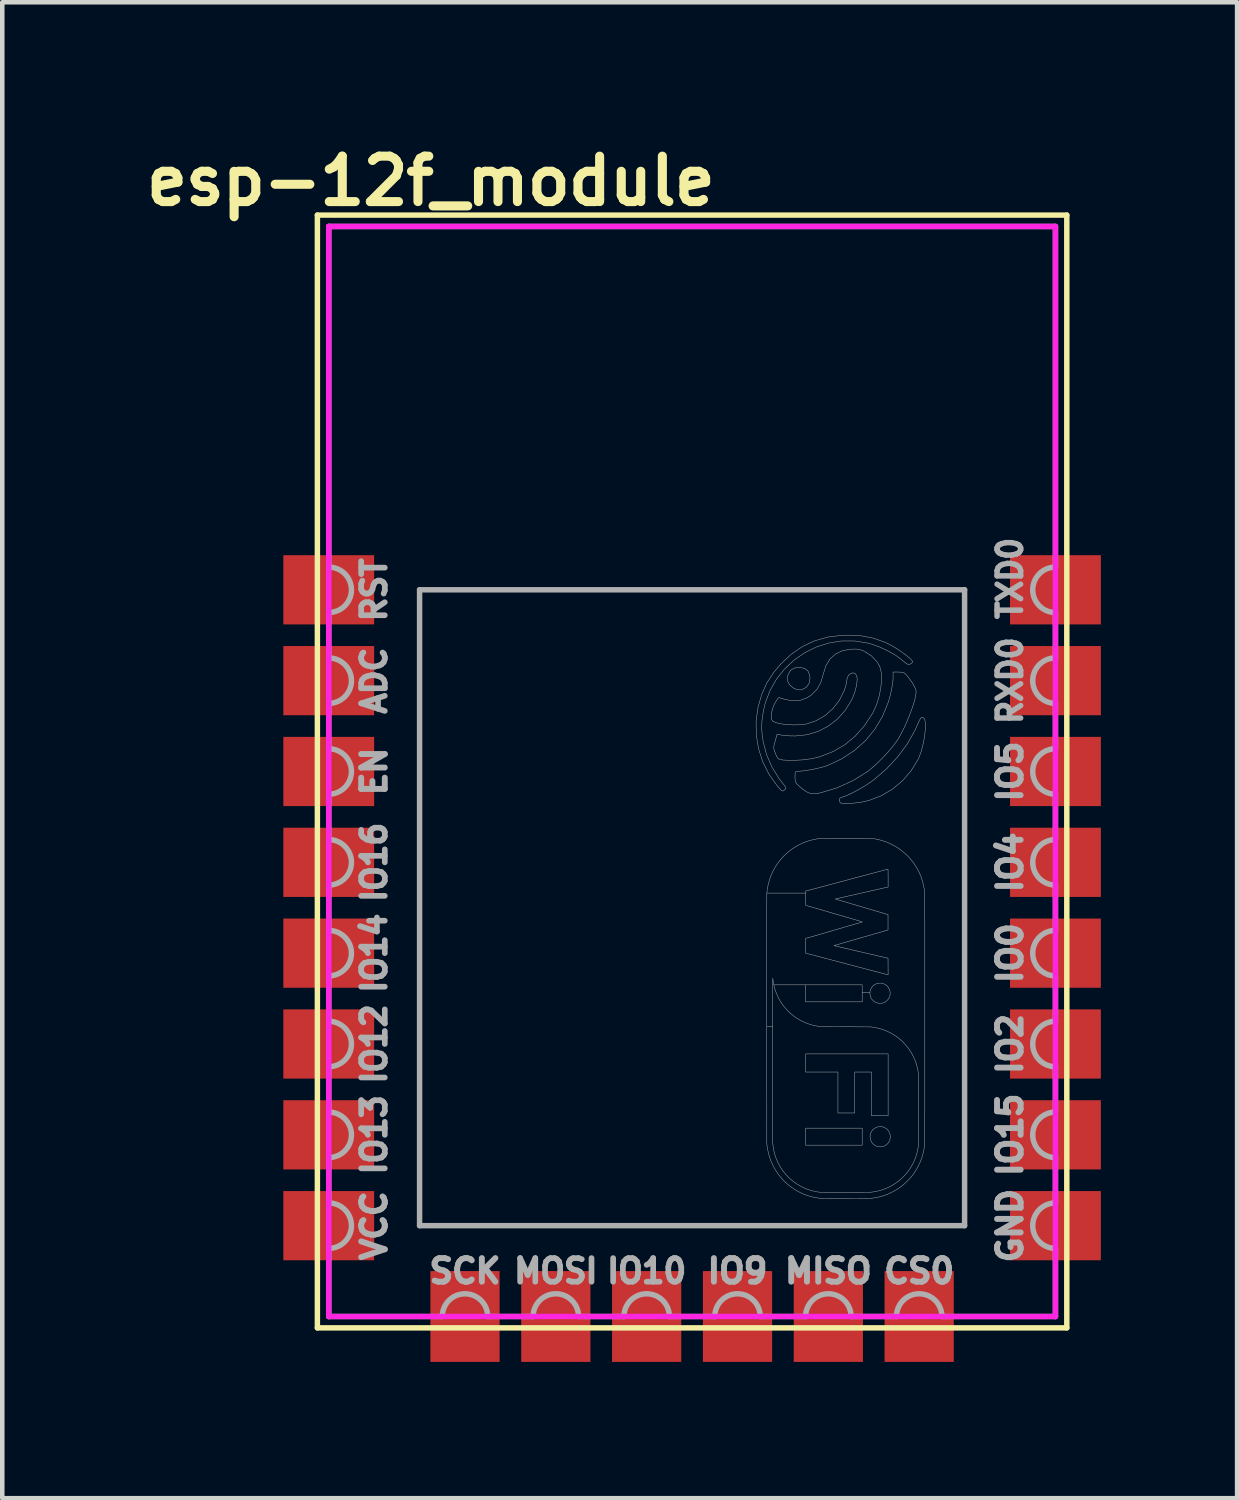
<source format=kicad_pcb>
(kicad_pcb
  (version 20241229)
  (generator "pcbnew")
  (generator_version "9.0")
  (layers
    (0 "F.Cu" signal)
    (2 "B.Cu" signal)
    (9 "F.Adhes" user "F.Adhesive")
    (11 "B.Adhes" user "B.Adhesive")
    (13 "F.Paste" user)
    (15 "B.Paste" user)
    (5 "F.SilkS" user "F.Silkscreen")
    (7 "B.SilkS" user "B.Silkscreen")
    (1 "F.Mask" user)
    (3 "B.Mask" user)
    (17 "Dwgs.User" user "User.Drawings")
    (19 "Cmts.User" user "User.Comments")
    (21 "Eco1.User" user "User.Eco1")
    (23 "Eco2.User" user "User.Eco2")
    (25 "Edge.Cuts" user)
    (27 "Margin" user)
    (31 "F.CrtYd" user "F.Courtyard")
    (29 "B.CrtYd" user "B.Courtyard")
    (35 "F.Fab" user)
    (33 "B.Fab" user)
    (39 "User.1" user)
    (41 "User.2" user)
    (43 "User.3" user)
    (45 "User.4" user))
  (footprint "esp-12f_module"
    (layer "F.Cu")
    (at 14.188 21.936)
    (property "Reference" "esp-12f_module" (at -7.75 -21 0) (layer "F.SilkS") (effects (font (size 1 1) (thickness 0.2))))
    (attr through_hole)
    (fp_line (start -10.25 -20.25) (end 6.25 -20.25) (stroke (width 0.12) (type solid)) (layer "F.SilkS"))
    (fp_line (start -10.25 4.25) (end -10.25 -20.25) (stroke (width 0.12) (type solid)) (layer "F.SilkS"))
    (fp_line (start 6.25 -20.25) (end 6.25 4.25) (stroke (width 0.12) (type solid)) (layer "F.SilkS"))
    (fp_line (start 6.25 4.25) (end -10.25 4.25) (stroke (width 0.12) (type solid)) (layer "F.SilkS"))
    (fp_line (start -10 -20) (end 6 -20) (stroke (width 0.12) (type solid)) (layer "F.CrtYd"))
    (fp_line (start -10 4) (end -10 -20) (stroke (width 0.12) (type solid)) (layer "F.CrtYd"))
    (fp_line (start 6 -20) (end 6 4) (stroke (width 0.12) (type solid)) (layer "F.CrtYd"))
    (fp_line (start 6 4) (end -10 4) (stroke (width 0.12) (type solid)) (layer "F.CrtYd"))
    (fp_line (start -10 -20) (end -10 -12.5) (stroke (width 0.12) (type solid)) (layer "F.Fab"))
    (fp_line (start -10 -11.5) (end -10 -10.5) (stroke (width 0.12) (type solid)) (layer "F.Fab"))
    (fp_line (start -10 -9.5) (end -10 -8.5) (stroke (width 0.12) (type solid)) (layer "F.Fab"))
    (fp_line (start -10 -7.5) (end -10 -6.5) (stroke (width 0.12) (type solid)) (layer "F.Fab"))
    (fp_line (start -10 -5.5) (end -10 -4.5) (stroke (width 0.12) (type solid)) (layer "F.Fab"))
    (fp_line (start -10 -3.5) (end -10 -2.5) (stroke (width 0.12) (type solid)) (layer "F.Fab"))
    (fp_line (start -10 -1.5) (end -10 -0.5) (stroke (width 0.12) (type solid)) (layer "F.Fab"))
    (fp_line (start -10 0.5) (end -10 1.5) (stroke (width 0.12) (type solid)) (layer "F.Fab"))
    (fp_line (start -10 2.5) (end -10 4) (stroke (width 0.12) (type solid)) (layer "F.Fab"))
    (fp_line (start -10 4) (end -7.5 4) (stroke (width 0.12) (type solid)) (layer "F.Fab"))
    (fp_line (start -8 -12) (end -8 2) (stroke (width 0.12) (type solid)) (layer "F.Fab"))
    (fp_line (start -8 2) (end 4 2) (stroke (width 0.12) (type solid)) (layer "F.Fab"))
    (fp_line (start -6.5 4) (end -5.5 4) (stroke (width 0.12) (type solid)) (layer "F.Fab"))
    (fp_line (start -4.5 4) (end -3.5 4) (stroke (width 0.12) (type solid)) (layer "F.Fab"))
    (fp_line (start -2.5 4) (end -1.5 4) (stroke (width 0.12) (type solid)) (layer "F.Fab"))
    (fp_line (start -0.5 4) (end 0.5 4) (stroke (width 0.12) (type solid)) (layer "F.Fab"))
    (fp_line (start 1.5 4) (end 2.5 4) (stroke (width 0.12) (type solid)) (layer "F.Fab"))
    (fp_line (start 3.5 4) (end 6 4) (stroke (width 0.12) (type solid)) (layer "F.Fab"))
    (fp_line (start 4 -12) (end -8 -12) (stroke (width 0.12) (type solid)) (layer "F.Fab"))
    (fp_line (start 4 2) (end 4 -12) (stroke (width 0.12) (type solid)) (layer "F.Fab"))
    (fp_line (start 6 -20) (end -10 -20) (stroke (width 0.12) (type solid)) (layer "F.Fab"))
    (fp_line (start 6 -12.5) (end 6 -20) (stroke (width 0.12) (type solid)) (layer "F.Fab"))
    (fp_line (start 6 -10.5) (end 6 -11.5) (stroke (width 0.12) (type solid)) (layer "F.Fab"))
    (fp_line (start 6 -8.5) (end 6 -9.5) (stroke (width 0.12) (type solid)) (layer "F.Fab"))
    (fp_line (start 6 -6.5) (end 6 -7.5) (stroke (width 0.12) (type solid)) (layer "F.Fab"))
    (fp_line (start 6 -4.5) (end 6 -5.5) (stroke (width 0.12) (type solid)) (layer "F.Fab"))
    (fp_line (start 6 -2.5) (end 6 -3.5) (stroke (width 0.12) (type solid)) (layer "F.Fab"))
    (fp_line (start 6 -0.5) (end 6 -1.5) (stroke (width 0.12) (type solid)) (layer "F.Fab"))
    (fp_line (start 6 1.5) (end 6 0.5) (stroke (width 0.12) (type solid)) (layer "F.Fab"))
    (fp_line (start 6 4) (end 6 2.5) (stroke (width 0.12) (type solid)) (layer "F.Fab"))
    (fp_arc (start -10 -12.5) (mid -9.5 -12) (end -10 -11.5) (stroke (width 0.12) (type solid)) (layer "F.Fab"))
    (fp_arc (start -10 -10.5) (mid -9.5 -10) (end -10 -9.5) (stroke (width 0.12) (type solid)) (layer "F.Fab"))
    (fp_arc (start -10 -8.5) (mid -9.5 -8) (end -10 -7.5) (stroke (width 0.12) (type solid)) (layer "F.Fab"))
    (fp_arc (start -10 -6.5) (mid -9.5 -6) (end -10 -5.5) (stroke (width 0.12) (type solid)) (layer "F.Fab"))
    (fp_arc (start -10 -4.5) (mid -9.5 -4) (end -10 -3.5) (stroke (width 0.12) (type solid)) (layer "F.Fab"))
    (fp_arc (start -10 -2.5) (mid -9.5 -2) (end -10 -1.5) (stroke (width 0.12) (type solid)) (layer "F.Fab"))
    (fp_arc (start -10 -0.5) (mid -9.5 0) (end -10 0.5) (stroke (width 0.12) (type solid)) (layer "F.Fab"))
    (fp_arc (start -10 1.5) (mid -9.5 2) (end -10 2.5) (stroke (width 0.12) (type solid)) (layer "F.Fab"))
    (fp_arc (start -7.5 4) (mid -7 3.5) (end -6.5 4) (stroke (width 0.12) (type solid)) (layer "F.Fab"))
    (fp_arc (start -5.5 4) (mid -5 3.5) (end -4.5 4) (stroke (width 0.12) (type solid)) (layer "F.Fab"))
    (fp_arc (start -3.5 4) (mid -3 3.5) (end -2.5 4) (stroke (width 0.12) (type solid)) (layer "F.Fab"))
    (fp_arc (start -1.5 4) (mid -1 3.5) (end -0.5 4) (stroke (width 0.12) (type solid)) (layer "F.Fab"))
    (fp_arc (start 0.5 4) (mid 1 3.5) (end 1.5 4) (stroke (width 0.12) (type solid)) (layer "F.Fab"))
    (fp_arc (start 2.5 4) (mid 3 3.5) (end 3.5 4) (stroke (width 0.12) (type solid)) (layer "F.Fab"))
    (fp_arc (start 6 -11.5) (mid 5.5 -12) (end 6 -12.5) (stroke (width 0.12) (type solid)) (layer "F.Fab"))
    (fp_arc (start 6 -9.5) (mid 5.5 -10) (end 6 -10.5) (stroke (width 0.12) (type solid)) (layer "F.Fab"))
    (fp_arc (start 6 -7.5) (mid 5.5 -8) (end 6 -8.5) (stroke (width 0.12) (type solid)) (layer "F.Fab"))
    (fp_arc (start 6 -5.5) (mid 5.5 -6) (end 6 -6.5) (stroke (width 0.12) (type solid)) (layer "F.Fab"))
    (fp_arc (start 6 -3.5) (mid 5.5 -4) (end 6 -4.5) (stroke (width 0.12) (type solid)) (layer "F.Fab"))
    (fp_arc (start 6 -1.5) (mid 5.5 -2) (end 6 -2.5) (stroke (width 0.12) (type solid)) (layer "F.Fab"))
    (fp_arc (start 6 0.5) (mid 5.5 0) (end 6 -0.5) (stroke (width 0.12) (type solid)) (layer "F.Fab"))
    (fp_arc (start 6 2.5) (mid 5.5 2) (end 6 1.5) (stroke (width 0.12) (type solid)) (layer "F.Fab"))
    (fp_poly (pts (xy 0.5 0.228) (xy 0.5 -0.147) (xy 1.745 -0.147) (xy 1.745 0.228) (xy 0.5 0.228)) (stroke (width 0.01) (type solid)) (fill no) (layer "F.Fab"))
    (fp_poly (pts (xy 1.948 -0.42) (xy 1.948 -1.382) (xy 1.579 -1.382) (xy 1.579 -0.481) (xy 1.211 -0.481) (xy 1.211 -1.382) (xy 0.5 -1.382) (xy 0.5 -1.782) (xy 2.316 -1.782) (xy 2.316 -0.42) (xy 1.948 -0.42)) (stroke (width 0.01) (type solid)) (fill no) (layer "F.Fab"))
    (fp_poly (pts (xy 0.575 -9.936) (xy 0.512 -9.851) (xy 0.413 -9.8) (xy 0.404 -9.797) (xy 0.32 -9.799) (xy 0.231 -9.837) (xy 0.156 -9.9) (xy 0.132 -9.933) (xy 0.099 -10.001) (xy 0.093 -10.059) (xy 0.115 -10.131) (xy 0.125 -10.155) (xy 0.176 -10.234) (xy 0.25 -10.277) (xy 0.359 -10.291) (xy 0.367 -10.291) (xy 0.476 -10.271) (xy 0.55 -10.214) (xy 0.59 -10.12) (xy 0.596 -10.049) (xy 0.575 -9.936)) (stroke (width 0.01) (type solid)) (fill no) (layer "F.Fab"))
    (fp_poly (pts (xy 3.127 -8.839) (xy 3.106 -8.7) (xy 3.076 -8.558) (xy 3.038 -8.423) (xy 2.993 -8.303) (xy 2.972 -8.259) (xy 2.818 -8.01) (xy 2.629 -7.792) (xy 2.408 -7.609) (xy 2.163 -7.465) (xy 1.898 -7.364) (xy 1.752 -7.329) (xy 1.64 -7.312) (xy 1.526 -7.301) (xy 1.419 -7.296) (xy 1.332 -7.297) (xy 1.274 -7.305) (xy 1.257 -7.317) (xy 1.248 -7.36) (xy 1.243 -7.377) (xy 1.251 -7.412) (xy 1.295 -7.431) (xy 1.393 -7.465) (xy 1.519 -7.523) (xy 1.66 -7.598) (xy 1.802 -7.681) (xy 1.934 -7.768) (xy 1.992 -7.811) (xy 2.276 -8.053) (xy 2.527 -8.322) (xy 2.741 -8.611) (xy 2.911 -8.912) (xy 2.961 -9.025) (xy 3.001 -9.116) (xy 3.029 -9.168) (xy 3.053 -9.189) (xy 3.08 -9.189) (xy 3.094 -9.184) (xy 3.122 -9.148) (xy 3.136 -9.072) (xy 3.137 -8.966) (xy 3.127 -8.839)) (stroke (width 0.01) (type solid)) (fill no) (layer "F.Fab"))
    (fp_poly (pts (xy 2.362 0.076) (xy 2.354 0.11) (xy 2.341 0.142) (xy 2.34 0.145) (xy 2.32 0.176) (xy 2.296 0.203) (xy 2.269 0.225) (xy 2.238 0.243) (xy 2.206 0.256) (xy 2.172 0.263) (xy 2.137 0.265) (xy 2.101 0.261) (xy 2.066 0.251) (xy 2.048 0.244) (xy 2.015 0.225) (xy 1.986 0.202) (xy 1.963 0.175) (xy 1.944 0.144) (xy 1.93 0.111) (xy 1.922 0.075) (xy 1.919 0.04) (xy 1.921 0.013) (xy 1.925 -0.011) (xy 1.926 -0.014) (xy 1.938 -0.049) (xy 1.956 -0.082) (xy 1.979 -0.111) (xy 2.006 -0.135) (xy 2.038 -0.155) (xy 2.045 -0.158) (xy 2.079 -0.172) (xy 2.115 -0.179) (xy 2.15 -0.181) (xy 2.185 -0.177) (xy 2.219 -0.168) (xy 2.25 -0.153) (xy 2.28 -0.134) (xy 2.306 -0.109) (xy 2.328 -0.08) (xy 2.34 -0.061) (xy 2.353 -0.029) (xy 2.361 0.005) (xy 2.364 0.04) (xy 2.362 0.076)) (stroke (width 0.01) (type solid)) (fill no) (layer "F.Fab"))
    (fp_poly (pts (xy 2.922 -9.658) (xy 2.889 -9.529) (xy 2.839 -9.376) (xy 2.777 -9.21) (xy 2.706 -9.043) (xy 2.63 -8.884) (xy 2.554 -8.743) (xy 2.518 -8.686) (xy 2.426 -8.56) (xy 2.307 -8.419) (xy 2.172 -8.276) (xy 2.034 -8.142) (xy 1.906 -8.032) (xy 1.854 -7.992) (xy 1.534 -7.795) (xy 1.197 -7.642) (xy 0.848 -7.536) (xy 0.792 -7.523) (xy 0.69 -7.509) (xy 0.605 -7.516) (xy 0.522 -7.551) (xy 0.428 -7.617) (xy 0.374 -7.662) (xy 0.312 -7.72) (xy 0.279 -7.767) (xy 0.268 -7.825) (xy 0.266 -7.88) (xy 0.268 -7.954) (xy 0.278 -7.991) (xy 0.307 -8.004) (xy 0.349 -8.005) (xy 0.452 -8.013) (xy 0.584 -8.033) (xy 0.727 -8.061) (xy 0.863 -8.094) (xy 0.972 -8.129) (xy 0.98 -8.131) (xy 1.292 -8.277) (xy 1.572 -8.461) (xy 1.817 -8.679) (xy 2.024 -8.931) (xy 2.192 -9.213) (xy 2.319 -9.524) (xy 2.36 -9.665) (xy 2.389 -9.789) (xy 2.411 -9.912) (xy 2.424 -10.015) (xy 2.425 -10.052) (xy 2.425 -10.189) (xy 2.548 -10.189) (xy 2.627 -10.185) (xy 2.679 -10.165) (xy 2.727 -10.117) (xy 2.746 -10.094) (xy 2.841 -9.964) (xy 2.904 -9.854) (xy 2.932 -9.771) (xy 2.933 -9.754) (xy 2.922 -9.658)) (stroke (width 0.01) (type solid)) (fill no) (layer "F.Fab"))
    (fp_poly (pts (xy 2.837 -10.388) (xy 2.806 -10.367) (xy 2.772 -10.356) (xy 2.735 -10.367) (xy 2.682 -10.403) (xy 2.621 -10.455) (xy 2.488 -10.554) (xy 2.321 -10.65) (xy 2.136 -10.737) (xy 1.952 -10.804) (xy 1.869 -10.827) (xy 1.577 -10.874) (xy 1.287 -10.873) (xy 1.005 -10.827) (xy 0.734 -10.74) (xy 0.479 -10.614) (xy 0.245 -10.452) (xy 0.037 -10.258) (xy -0.141 -10.034) (xy -0.284 -9.784) (xy -0.388 -9.51) (xy -0.433 -9.318) (xy -0.46 -9.132) (xy -0.468 -8.969) (xy -0.457 -8.806) (xy -0.434 -8.653) (xy -0.359 -8.368) (xy -0.238 -8.091) (xy -0.076 -7.831) (xy -0.004 -7.738) (xy 0.045 -7.678) (xy 0.063 -7.641) (xy 0.056 -7.615) (xy 0.035 -7.593) (xy 0.009 -7.573) (xy -0.016 -7.573) (xy -0.05 -7.599) (xy -0.102 -7.657) (xy -0.124 -7.682) (xy -0.303 -7.931) (xy -0.441 -8.205) (xy -0.536 -8.497) (xy -0.587 -8.801) (xy -0.591 -9.11) (xy -0.548 -9.415) (xy -0.467 -9.697) (xy -0.354 -9.949) (xy -0.201 -10.183) (xy -0.049 -10.364) (xy 0.183 -10.582) (xy 0.433 -10.753) (xy 0.703 -10.879) (xy 0.996 -10.961) (xy 1.314 -10.999) (xy 1.448 -11.002) (xy 1.73 -10.986) (xy 1.988 -10.936) (xy 2.238 -10.848) (xy 2.298 -10.821) (xy 2.396 -10.77) (xy 2.503 -10.706) (xy 2.61 -10.635) (xy 2.708 -10.563) (xy 2.787 -10.498) (xy 2.84 -10.445) (xy 2.857 -10.414) (xy 2.837 -10.388)) (stroke (width 0.01) (type solid)) (fill no) (layer "F.Fab"))
    (fp_poly (pts (xy 2.156 -9.849) (xy 2.12 -9.664) (xy 2.066 -9.483) (xy 1.995 -9.319) (xy 1.971 -9.275) (xy 1.79 -9.002) (xy 1.588 -8.775) (xy 1.361 -8.588) (xy 1.106 -8.44) (xy 0.817 -8.326) (xy 0.811 -8.324) (xy 0.636 -8.282) (xy 0.432 -8.255) (xy 0.22 -8.244) (xy 0.02 -8.251) (xy 0.008 -8.252) (xy -0.061 -8.261) (xy -0.103 -8.281) (xy -0.133 -8.324) (xy -0.163 -8.391) (xy -0.191 -8.463) (xy -0.202 -8.517) (xy -0.197 -8.572) (xy -0.176 -8.652) (xy -0.171 -8.669) (xy -0.127 -8.82) (xy -0.026 -8.8) (xy 0.05 -8.79) (xy 0.155 -8.784) (xy 0.268 -8.782) (xy 0.279 -8.782) (xy 0.534 -8.809) (xy 0.776 -8.883) (xy 1 -9) (xy 1.201 -9.156) (xy 1.372 -9.346) (xy 1.509 -9.568) (xy 1.547 -9.652) (xy 1.595 -9.787) (xy 1.625 -9.919) (xy 1.635 -10.034) (xy 1.628 -10.097) (xy 1.596 -10.153) (xy 1.547 -10.172) (xy 1.492 -10.159) (xy 1.444 -10.118) (xy 1.414 -10.054) (xy 1.409 -10.015) (xy 1.4 -9.952) (xy 1.377 -9.864) (xy 1.35 -9.784) (xy 1.244 -9.57) (xy 1.1 -9.383) (xy 0.925 -9.229) (xy 0.724 -9.114) (xy 0.517 -9.046) (xy 0.396 -9.03) (xy 0.249 -9.025) (xy 0.095 -9.032) (xy -0.047 -9.049) (xy -0.153 -9.075) (xy -0.217 -9.104) (xy -0.251 -9.146) (xy -0.26 -9.21) (xy -0.246 -9.307) (xy -0.237 -9.349) (xy -0.208 -9.439) (xy -0.167 -9.523) (xy -0.157 -9.539) (xy -0.121 -9.592) (xy -0.1 -9.623) (xy -0.098 -9.626) (xy -0.074 -9.623) (xy -0.017 -9.607) (xy 0.023 -9.594) (xy 0.205 -9.555) (xy 0.377 -9.565) (xy 0.535 -9.624) (xy 0.625 -9.683) (xy 0.748 -9.807) (xy 0.834 -9.957) (xy 0.887 -10.138) (xy 0.944 -10.324) (xy 1.035 -10.475) (xy 1.16 -10.588) (xy 1.315 -10.661) (xy 1.498 -10.693) (xy 1.5 -10.693) (xy 1.607 -10.695) (xy 1.685 -10.686) (xy 1.757 -10.662) (xy 1.805 -10.639) (xy 1.951 -10.543) (xy 2.065 -10.424) (xy 2.132 -10.311) (xy 2.164 -10.184) (xy 2.171 -10.026) (xy 2.156 -9.849)) (stroke (width 0.01) (type solid)) (fill no) (layer "F.Fab"))
    (fp_poly (pts (xy 3.124 -2.404) (xy 3.124 -2.247) (xy 3.124 -2.096) (xy 3.124 -1.952) (xy 3.124 -1.813) (xy 3.124 -1.68) (xy 3.124 -1.553) (xy 3.124 -1.431) (xy 3.124 -1.315) (xy 3.124 -1.204) (xy 3.124 -1.099) (xy 3.124 -0.998) (xy 3.124 -0.902) (xy 3.124 -0.812) (xy 3.124 -0.726) (xy 3.124 -0.644) (xy 3.124 -0.568) (xy 3.123 -0.495) (xy 3.123 -0.427) (xy 3.123 -0.363) (xy 3.123 -0.303) (xy 3.123 -0.247) (xy 3.123 -0.195) (xy 3.123 -0.147) (xy 3.123 -0.102) (xy 3.123 -0.061) (xy 3.122 -0.023) (xy 3.122 0.011) (xy 3.122 0.043) (xy 3.122 0.071) (xy 3.122 0.096) (xy 3.122 0.119) (xy 3.122 0.139) (xy 3.121 0.156) (xy 3.121 0.171) (xy 3.121 0.183) (xy 3.121 0.194) (xy 3.12 0.202) (xy 3.12 0.208) (xy 3.12 0.212) (xy 3.12 0.213) (xy 3.108 0.303) (xy 3.091 0.389) (xy 3.068 0.474) (xy 3.04 0.556) (xy 3.005 0.637) (xy 2.992 0.664) (xy 2.958 0.73) (xy 2.922 0.791) (xy 2.884 0.849) (xy 2.842 0.904) (xy 2.796 0.958) (xy 2.745 1.012) (xy 2.74 1.017) (xy 2.681 1.073) (xy 2.621 1.124) (xy 2.559 1.17) (xy 2.495 1.211) (xy 2.427 1.249) (xy 2.402 1.262) (xy 2.376 1.275) (xy 2.354 1.286) (xy 2.335 1.295) (xy 2.316 1.303) (xy 2.297 1.311) (xy 2.276 1.319) (xy 2.27 1.321) (xy 2.209 1.342) (xy 2.148 1.36) (xy 2.084 1.375) (xy 2.017 1.387) (xy 1.946 1.397) (xy 1.924 1.399) (xy 1.916 1.4) (xy 1.902 1.401) (xy 1.882 1.401) (xy 1.857 1.402) (xy 1.828 1.402) (xy 1.795 1.402) (xy 1.757 1.403) (xy 1.717 1.403) (xy 1.673 1.404) (xy 1.628 1.404) (xy 1.58 1.404) (xy 1.531 1.404) (xy 1.48 1.405) (xy 1.429 1.405) (xy 1.377 1.405) (xy 1.326 1.405) (xy 1.275 1.405) (xy 1.226 1.405) (xy 1.178 1.405) (xy 1.131 1.405) (xy 1.087 1.405) (xy 1.046 1.405) (xy 1.008 1.405) (xy 0.974 1.404) (xy 0.944 1.404) (xy 0.918 1.404) (xy 0.898 1.403) (xy 0.883 1.403) (xy 0.875 1.402) (xy 0.784 1.393) (xy 0.695 1.379) (xy 0.61 1.358) (xy 0.526 1.332) (xy 0.443 1.3) (xy 0.381 1.271) (xy 0.302 1.229) (xy 0.226 1.182) (xy 0.153 1.129) (xy 0.084 1.072) (xy 0.02 1.011) (xy -0.04 0.946) (xy -0.088 0.886) (xy -0.14 0.812) (xy -0.187 0.736) (xy -0.228 0.658) (xy -0.264 0.577) (xy -0.293 0.494) (xy -0.318 0.407) (xy -0.337 0.318) (xy -0.349 0.247) (xy -0.355 0.197) (xy -0.356 -2.547) (xy -0.356 -2.679) (xy -0.356 -2.81) (xy -0.356 -2.938) (xy -0.356 -3.065) (xy -0.356 -3.19) (xy -0.356 -3.313) (xy -0.356 -3.434) (xy -0.356 -3.552) (xy -0.356 -3.667) (xy -0.356 -3.78) (xy -0.356 -3.891) (xy -0.356 -3.998) (xy -0.356 -4.102) (xy -0.356 -4.202) (xy -0.356 -4.3) (xy -0.356 -4.393) (xy -0.356 -4.483) (xy -0.356 -4.569) (xy -0.356 -4.652) (xy -0.356 -4.73) (xy -0.356 -4.803) (xy -0.356 -4.873) (xy -0.356 -4.937) (xy -0.356 -4.997) (xy -0.356 -5.052) (xy -0.356 -5.102) (xy -0.356 -5.147) (xy -0.355 -5.187) (xy -0.355 -5.221) (xy -0.355 -5.25) (xy -0.355 -5.272) (xy -0.355 -5.289) (xy -0.355 -5.3) (xy -0.355 -5.305) (xy -0.355 -5.305) (xy -0.354 -5.32) (xy -0.352 -5.339) (xy -0.35 -5.359) (xy -0.347 -5.379) (xy -0.345 -5.398) (xy -0.343 -5.414) (xy -0.342 -5.426) (xy -0.341 -5.429) (xy -0.322 -5.52) (xy -0.298 -5.609) (xy -0.268 -5.695) (xy -0.232 -5.778) (xy -0.223 -5.796) (xy -0.223 -3.448) (xy -0.223 -3.447) (xy -0.223 -3.445) (xy -0.223 -3.44) (xy -0.224 -3.434) (xy -0.224 -3.425) (xy -0.224 -3.414) (xy -0.224 -3.401) (xy -0.225 -3.384) (xy -0.225 -3.365) (xy -0.225 -3.343) (xy -0.225 -3.318) (xy -0.225 -3.29) (xy -0.225 -3.259) (xy -0.226 -3.224) (xy -0.226 -3.185) (xy -0.226 -3.142) (xy -0.226 -3.096) (xy -0.226 -3.045) (xy -0.226 -2.991) (xy -0.226 -2.932) (xy -0.226 -2.868) (xy -0.226 -2.8) (xy -0.226 -2.727) (xy -0.226 -2.649) (xy -0.226 -2.566) (xy -0.226 -2.478) (xy -0.227 -2.385) (xy -0.227 -2.286) (xy -0.227 -2.181) (xy -0.227 -2.071) (xy -0.227 -1.955) (xy -0.227 -1.833) (xy -0.227 -1.704) (xy -0.227 -1.679) (xy -0.227 -1.539) (xy -0.227 -1.405) (xy -0.227 -1.275) (xy -0.227 -1.151) (xy -0.227 -1.031) (xy -0.227 -0.917) (xy -0.227 -0.808) (xy -0.227 -0.705) (xy -0.226 -0.607) (xy -0.226 -0.515) (xy -0.226 -0.428) (xy -0.226 -0.346) (xy -0.226 -0.27) (xy -0.226 -0.2) (xy -0.226 -0.136) (xy -0.226 -0.078) (xy -0.225 -0.025) (xy -0.225 0.022) (xy -0.225 0.062) (xy -0.225 0.097) (xy -0.225 0.126) (xy -0.224 0.148) (xy -0.224 0.164) (xy -0.224 0.174) (xy -0.224 0.177) (xy -0.215 0.263) (xy -0.2 0.348) (xy -0.179 0.431) (xy -0.152 0.512) (xy -0.119 0.591) (xy -0.081 0.667) (xy -0.037 0.74) (xy 0.012 0.81) (xy 0.058 0.866) (xy 0.116 0.928) (xy 0.178 0.986) (xy 0.243 1.038) (xy 0.313 1.086) (xy 0.386 1.129) (xy 0.461 1.167) (xy 0.539 1.199) (xy 0.619 1.225) (xy 0.701 1.245) (xy 0.716 1.248) (xy 0.728 1.251) (xy 0.739 1.253) (xy 0.749 1.255) (xy 0.759 1.257) (xy 0.769 1.258) (xy 0.779 1.26) (xy 0.79 1.261) (xy 0.801 1.262) (xy 0.813 1.263) (xy 0.827 1.264) (xy 0.843 1.265) (xy 0.861 1.265) (xy 0.882 1.266) (xy 0.905 1.266) (xy 0.931 1.267) (xy 0.961 1.267) (xy 0.994 1.267) (xy 1.032 1.267) (xy 1.073 1.267) (xy 1.12 1.267) (xy 1.171 1.267) (xy 1.228 1.267) (xy 1.291 1.267) (xy 1.359 1.267) (xy 1.44 1.267) (xy 1.503 1.267) (xy 1.561 1.267) (xy 1.614 1.267) (xy 1.661 1.267) (xy 1.704 1.267) (xy 1.742 1.267) (xy 1.777 1.267) (xy 1.807 1.266) (xy 1.834 1.266) (xy 1.858 1.266) (xy 1.879 1.265) (xy 1.898 1.265) (xy 1.914 1.264) (xy 1.929 1.263) (xy 1.942 1.262) (xy 1.954 1.261) (xy 1.965 1.26) (xy 1.975 1.259) (xy 1.986 1.257) (xy 1.996 1.256) (xy 2.007 1.254) (xy 2.018 1.252) (xy 2.023 1.251) (xy 2.105 1.234) (xy 2.185 1.211) (xy 2.263 1.183) (xy 2.339 1.149) (xy 2.412 1.109) (xy 2.482 1.065) (xy 2.549 1.016) (xy 2.612 0.962) (xy 2.671 0.903) (xy 2.726 0.841) (xy 2.777 0.774) (xy 2.823 0.704) (xy 2.864 0.631) (xy 2.866 0.626) (xy 2.901 0.55) (xy 2.93 0.473) (xy 2.953 0.394) (xy 2.971 0.314) (xy 2.983 0.23) (xy 2.986 0.196) (xy 2.986 0.188) (xy 2.987 0.177) (xy 2.987 0.162) (xy 2.988 0.142) (xy 2.988 0.118) (xy 2.988 0.089) (xy 2.988 0.055) (xy 2.988 0.017) (xy 2.989 -0.027) (xy 2.989 -0.075) (xy 2.989 -0.129) (xy 2.989 -0.189) (xy 2.989 -0.254) (xy 2.989 -0.324) (xy 2.989 -0.401) (xy 2.989 -0.484) (xy 2.988 -0.573) (xy 2.988 -0.582) (xy 2.987 -1.317) (xy 2.98 -1.366) (xy 2.965 -1.453) (xy 2.944 -1.536) (xy 2.918 -1.617) (xy 2.886 -1.695) (xy 2.848 -1.77) (xy 2.825 -1.811) (xy 2.778 -1.883) (xy 2.727 -1.95) (xy 2.671 -2.014) (xy 2.611 -2.074) (xy 2.546 -2.129) (xy 2.478 -2.179) (xy 2.406 -2.224) (xy 2.332 -2.263) (xy 2.254 -2.298) (xy 2.202 -2.317) (xy 2.149 -2.334) (xy 2.096 -2.348) (xy 2.04 -2.36) (xy 1.98 -2.371) (xy 1.973 -2.372) (xy 1.968 -2.372) (xy 1.962 -2.373) (xy 1.955 -2.374) (xy 1.947 -2.374) (xy 1.938 -2.375) (xy 1.927 -2.375) (xy 1.913 -2.376) (xy 1.897 -2.376) (xy 1.879 -2.376) (xy 1.857 -2.377) (xy 1.832 -2.377) (xy 1.804 -2.377) (xy 1.771 -2.377) (xy 1.735 -2.378) (xy 1.693 -2.378) (xy 1.648 -2.378) (xy 1.596 -2.378) (xy 1.54 -2.379) (xy 1.478 -2.379) (xy 1.41 -2.379) (xy 1.389 -2.379) (xy 1.32 -2.379) (xy 1.257 -2.38) (xy 1.199 -2.38) (xy 1.147 -2.38) (xy 1.1 -2.38) (xy 1.059 -2.381) (xy 1.021 -2.381) (xy 0.988 -2.381) (xy 0.959 -2.381) (xy 0.933 -2.381) (xy 0.91 -2.382) (xy 0.891 -2.382) (xy 0.874 -2.382) (xy 0.86 -2.383) (xy 0.848 -2.383) (xy 0.837 -2.384) (xy 0.829 -2.384) (xy 0.821 -2.385) (xy 0.814 -2.385) (xy 0.808 -2.386) (xy 0.802 -2.387) (xy 0.796 -2.388) (xy 0.793 -2.388) (xy 0.772 -2.391) (xy 0.749 -2.395) (xy 0.727 -2.399) (xy 0.708 -2.403) (xy 0.706 -2.403) (xy 0.624 -2.423) (xy 0.544 -2.449) (xy 0.466 -2.48) (xy 0.391 -2.517) (xy 0.319 -2.559) (xy 0.25 -2.606) (xy 0.185 -2.658) (xy 0.123 -2.714) (xy 0.066 -2.775) (xy 0.012 -2.839) (xy -0.036 -2.908) (xy -0.08 -2.98) (xy -0.105 -3.028) (xy -0.138 -3.103) (xy -0.167 -3.178) (xy -0.189 -3.255) (xy -0.207 -3.333) (xy -0.219 -3.415) (xy -0.222 -3.444) (xy -0.222 -3.447) (xy -0.223 -3.448) (xy -0.223 -5.796) (xy -0.191 -5.858) (xy -0.145 -5.935) (xy -0.093 -6.008) (xy -0.036 -6.078) (xy 0.026 -6.145) (xy 0.092 -6.207) (xy 0.164 -6.265) (xy 0.197 -6.289) (xy 0.271 -6.338) (xy 0.348 -6.382) (xy 0.428 -6.421) (xy 0.511 -6.454) (xy 0.596 -6.481) (xy 0.682 -6.503) (xy 0.744 -6.514) (xy 0.757 -6.516) (xy 0.769 -6.518) (xy 0.78 -6.52) (xy 0.791 -6.521) (xy 0.802 -6.523) (xy 0.813 -6.524) (xy 0.825 -6.525) (xy 0.837 -6.526) (xy 0.852 -6.527) (xy 0.868 -6.528) (xy 0.886 -6.528) (xy 0.906 -6.529) (xy 0.929 -6.529) (xy 0.954 -6.53) (xy 0.984 -6.53) (xy 1.016 -6.53) (xy 1.053 -6.53) (xy 1.094 -6.53) (xy 1.14 -6.53) (xy 1.191 -6.53) (xy 1.247 -6.53) (xy 1.308 -6.53) (xy 1.394 -6.53) (xy 1.463 -6.53) (xy 1.526 -6.53) (xy 1.583 -6.53) (xy 1.635 -6.53) (xy 1.682 -6.53) (xy 1.724 -6.53) (xy 1.762 -6.53) (xy 1.795 -6.53) (xy 1.825 -6.53) (xy 1.852 -6.529) (xy 1.876 -6.529) (xy 1.896 -6.528) (xy 1.915 -6.528) (xy 1.931 -6.527) (xy 1.945 -6.526) (xy 1.958 -6.525) (xy 1.97 -6.524) (xy 1.981 -6.523) (xy 1.992 -6.521) (xy 2.003 -6.519) (xy 2.013 -6.518) (xy 2.025 -6.516) (xy 2.037 -6.513) (xy 2.049 -6.511) (xy 2.137 -6.492) (xy 2.222 -6.467) (xy 2.306 -6.436) (xy 2.313 -6.432) (xy 2.313 -5.849) (xy 2.31 -5.849) (xy 2.301 -5.846) (xy 2.286 -5.842) (xy 2.266 -5.837) (xy 2.24 -5.83) (xy 2.21 -5.822) (xy 2.175 -5.813) (xy 2.135 -5.802) (xy 2.092 -5.791) (xy 2.044 -5.778) (xy 1.992 -5.764) (xy 1.938 -5.75) (xy 1.879 -5.734) (xy 1.818 -5.718) (xy 1.754 -5.701) (xy 1.688 -5.683) (xy 1.619 -5.665) (xy 1.548 -5.646) (xy 1.476 -5.627) (xy 1.407 -5.608) (xy 1.333 -5.588) (xy 1.26 -5.569) (xy 1.189 -5.55) (xy 1.121 -5.532) (xy 1.055 -5.514) (xy 0.991 -5.497) (xy 0.93 -5.481) (xy 0.872 -5.465) (xy 0.818 -5.451) (xy 0.766 -5.437) (xy 0.719 -5.425) (xy 0.676 -5.413) (xy 0.637 -5.403) (xy 0.602 -5.393) (xy 0.572 -5.386) (xy 0.547 -5.379) (xy 0.527 -5.374) (xy 0.513 -5.37) (xy 0.504 -5.368) (xy 0.502 -5.367) (xy 0.501 -5.364) (xy 0.501 -5.355) (xy 0.501 -5.341) (xy 0.5 -5.322) (xy 0.5 -5.3) (xy 0.5 -5.274) (xy 0.5 -5.246) (xy 0.5 -5.215) (xy 0.5 -5.21) (xy 0.5 -5.054) (xy 1.127 -4.871) (xy 1.2 -4.85) (xy 1.267 -4.831) (xy 1.329 -4.813) (xy 1.385 -4.797) (xy 1.436 -4.782) (xy 1.482 -4.768) (xy 1.523 -4.756) (xy 1.56 -4.745) (xy 1.593 -4.736) (xy 1.621 -4.727) (xy 1.646 -4.72) (xy 1.668 -4.713) (xy 1.686 -4.708) (xy 1.702 -4.703) (xy 1.714 -4.699) (xy 1.724 -4.696) (xy 1.732 -4.693) (xy 1.738 -4.691) (xy 1.742 -4.689) (xy 1.744 -4.688) (xy 1.745 -4.687) (xy 1.745 -4.686) (xy 1.744 -4.686) (xy 1.744 -4.686) (xy 1.74 -4.684) (xy 1.73 -4.681) (xy 1.715 -4.677) (xy 1.694 -4.671) (xy 1.669 -4.663) (xy 1.638 -4.655) (xy 1.604 -4.645) (xy 1.565 -4.633) (xy 1.523 -4.621) (xy 1.477 -4.608) (xy 1.429 -4.594) (xy 1.377 -4.579) (xy 1.322 -4.563) (xy 1.266 -4.546) (xy 1.207 -4.529) (xy 1.147 -4.512) (xy 1.117 -4.503) (xy 0.5 -4.324) (xy 0.5 -4.162) (xy 0.5 -4) (xy 1.369 -3.772) (xy 1.442 -3.752) (xy 1.514 -3.734) (xy 1.584 -3.715) (xy 1.652 -3.697) (xy 1.719 -3.68) (xy 1.745 -3.673) (xy 1.745 -3.303) (xy 0.5 -3.303) (xy 0.5 -2.928) (xy 1.745 -2.928) (xy 1.745 -3.303) (xy 1.745 -3.673) (xy 1.782 -3.663) (xy 1.843 -3.647) (xy 1.902 -3.632) (xy 1.957 -3.617) (xy 2.008 -3.604) (xy 2.056 -3.591) (xy 2.1 -3.58) (xy 2.14 -3.569) (xy 2.152 -3.566) (xy 2.152 -3.34) (xy 2.129 -3.34) (xy 2.091 -3.336) (xy 2.055 -3.325) (xy 2.023 -3.31) (xy 1.993 -3.289) (xy 1.968 -3.263) (xy 1.946 -3.233) (xy 1.929 -3.198) (xy 1.924 -3.184) (xy 1.919 -3.163) (xy 1.916 -3.138) (xy 1.916 -3.111) (xy 1.918 -3.084) (xy 1.922 -3.059) (xy 1.924 -3.053) (xy 1.937 -3.02) (xy 1.954 -2.99) (xy 1.977 -2.964) (xy 2.002 -2.941) (xy 2.031 -2.923) (xy 2.063 -2.909) (xy 2.096 -2.899) (xy 2.13 -2.895) (xy 2.165 -2.896) (xy 2.2 -2.903) (xy 2.213 -2.908) (xy 2.245 -2.922) (xy 2.275 -2.943) (xy 2.302 -2.967) (xy 2.324 -2.995) (xy 2.341 -3.026) (xy 2.344 -3.032) (xy 2.355 -3.067) (xy 2.361 -3.102) (xy 2.36 -3.138) (xy 2.354 -3.172) (xy 2.343 -3.205) (xy 2.327 -3.236) (xy 2.306 -3.265) (xy 2.281 -3.29) (xy 2.251 -3.311) (xy 2.235 -3.319) (xy 2.207 -3.331) (xy 2.181 -3.338) (xy 2.152 -3.34) (xy 2.152 -3.566) (xy 2.175 -3.56) (xy 2.205 -3.552) (xy 2.231 -3.545) (xy 2.251 -3.54) (xy 2.266 -3.536) (xy 2.275 -3.534) (xy 2.277 -3.533) (xy 2.316 -3.523) (xy 2.315 -3.705) (xy 2.314 -3.888) (xy 1.72 -4.026) (xy 1.66 -4.04) (xy 1.601 -4.054) (xy 1.545 -4.067) (xy 1.491 -4.08) (xy 1.439 -4.092) (xy 1.391 -4.103) (xy 1.345 -4.114) (xy 1.303 -4.124) (xy 1.265 -4.133) (xy 1.231 -4.141) (xy 1.201 -4.148) (xy 1.175 -4.154) (xy 1.155 -4.159) (xy 1.14 -4.163) (xy 1.131 -4.165) (xy 1.127 -4.166) (xy 1.127 -4.167) (xy 1.131 -4.168) (xy 1.14 -4.17) (xy 1.154 -4.175) (xy 1.174 -4.18) (xy 1.198 -4.188) (xy 1.228 -4.196) (xy 1.261 -4.206) (xy 1.299 -4.217) (xy 1.34 -4.229) (xy 1.385 -4.242) (xy 1.433 -4.256) (xy 1.484 -4.271) (xy 1.537 -4.286) (xy 1.593 -4.302) (xy 1.651 -4.319) (xy 1.71 -4.336) (xy 1.722 -4.34) (xy 2.314 -4.511) (xy 2.314 -4.848) (xy 1.735 -5.02) (xy 1.676 -5.037) (xy 1.619 -5.054) (xy 1.563 -5.071) (xy 1.51 -5.086) (xy 1.46 -5.102) (xy 1.412 -5.116) (xy 1.367 -5.129) (xy 1.326 -5.141) (xy 1.288 -5.152) (xy 1.255 -5.162) (xy 1.225 -5.171) (xy 1.201 -5.178) (xy 1.181 -5.184) (xy 1.166 -5.189) (xy 1.157 -5.191) (xy 1.154 -5.192) (xy 1.154 -5.192) (xy 1.157 -5.193) (xy 1.166 -5.195) (xy 1.18 -5.198) (xy 1.199 -5.203) (xy 1.223 -5.208) (xy 1.252 -5.215) (xy 1.284 -5.222) (xy 1.32 -5.23) (xy 1.359 -5.239) (xy 1.401 -5.249) (xy 1.446 -5.259) (xy 1.492 -5.269) (xy 1.541 -5.28) (xy 1.591 -5.292) (xy 1.642 -5.303) (xy 1.693 -5.315) (xy 1.745 -5.327) (xy 1.797 -5.339) (xy 1.848 -5.35) (xy 1.899 -5.362) (xy 1.948 -5.373) (xy 1.996 -5.384) (xy 2.042 -5.394) (xy 2.086 -5.404) (xy 2.126 -5.413) (xy 2.164 -5.422) (xy 2.199 -5.43) (xy 2.23 -5.437) (xy 2.256 -5.443) (xy 2.278 -5.448) (xy 2.296 -5.451) (xy 2.308 -5.454) (xy 2.314 -5.455) (xy 2.315 -5.456) (xy 2.316 -5.459) (xy 2.316 -5.468) (xy 2.316 -5.481) (xy 2.316 -5.5) (xy 2.316 -5.521) (xy 2.316 -5.546) (xy 2.316 -5.574) (xy 2.316 -5.603) (xy 2.316 -5.633) (xy 2.316 -5.664) (xy 2.316 -5.694) (xy 2.316 -5.723) (xy 2.315 -5.751) (xy 2.315 -5.777) (xy 2.315 -5.8) (xy 2.314 -5.819) (xy 2.314 -5.834) (xy 2.314 -5.844) (xy 2.313 -5.849) (xy 2.313 -5.849) (xy 2.313 -6.432) (xy 2.386 -6.399) (xy 2.465 -6.358) (xy 2.54 -6.311) (xy 2.611 -6.259) (xy 2.68 -6.203) (xy 2.744 -6.143) (xy 2.804 -6.078) (xy 2.86 -6.009) (xy 2.911 -5.936) (xy 2.958 -5.86) (xy 2.999 -5.78) (xy 3.002 -5.772) (xy 3.038 -5.689) (xy 3.067 -5.604) (xy 3.09 -5.518) (xy 3.108 -5.429) (xy 3.118 -5.356) (xy 3.119 -5.353) (xy 3.119 -5.349) (xy 3.119 -5.345) (xy 3.12 -5.341) (xy 3.12 -5.336) (xy 3.12 -5.33) (xy 3.12 -5.323) (xy 3.121 -5.315) (xy 3.121 -5.306) (xy 3.121 -5.295) (xy 3.121 -5.283) (xy 3.122 -5.269) (xy 3.122 -5.254) (xy 3.122 -5.237) (xy 3.122 -5.218) (xy 3.122 -5.197) (xy 3.122 -5.173) (xy 3.123 -5.148) (xy 3.123 -5.119) (xy 3.123 -5.089) (xy 3.123 -5.055) (xy 3.123 -5.019) (xy 3.123 -4.979) (xy 3.123 -4.937) (xy 3.123 -4.891) (xy 3.123 -4.842) (xy 3.123 -4.789) (xy 3.124 -4.733) (xy 3.124 -4.673) (xy 3.124 -4.609) (xy 3.124 -4.541) (xy 3.124 -4.469) (xy 3.124 -4.393) (xy 3.124 -4.313) (xy 3.124 -4.228) (xy 3.124 -4.138) (xy 3.124 -4.043) (xy 3.124 -3.944) (xy 3.124 -3.84) (xy 3.124 -3.73) (xy 3.124 -3.615) (xy 3.124 -3.495) (xy 3.124 -3.37) (xy 3.124 -3.238) (xy 3.124 -3.101) (xy 3.124 -2.958) (xy 3.124 -2.809) (xy 3.124 -2.654) (xy 3.124 -2.566) (xy 3.124 -2.404)) (stroke (width 0.01) (type solid)) (fill no) (layer "F.Fab"))
    (fp_text user "IO12" (at -9 -2 90) (layer "F.Fab") (effects (font (size 0.52 0.5) (thickness 0.125))))
    (fp_text user "GND" (at 5 2 90) (layer "F.Fab") (effects (font (size 0.52 0.52) (thickness 0.13))))
    (fp_text user "IO10" (at -3 3 180) (layer "F.Fab") (effects (font (size 0.52 0.5) (thickness 0.125))))
    (fp_text user "VCC" (at -9 2 90) (layer "F.Fab") (effects (font (size 0.52 0.52) (thickness 0.13))))
    (fp_text user "RST" (at -9 -12 90) (layer "F.Fab") (effects (font (size 0.52 0.5) (thickness 0.125))))
    (fp_text user "EN" (at -9 -8 90) (layer "F.Fab") (effects (font (size 0.52 0.52) (thickness 0.13))))
    (fp_text user "IO16" (at -9 -6 90) (layer "F.Fab") (effects (font (size 0.52 0.5) (thickness 0.125))))
    (fp_text user "IO9" (at -1 3 180) (layer "F.Fab") (effects (font (size 0.52 0.52) (thickness 0.13))))
    (fp_text user "SCK" (at -7 3 180) (layer "F.Fab") (effects (font (size 0.52 0.52) (thickness 0.13))))
    (fp_text user "ADC" (at -9 -10 270) (layer "F.Fab") (effects (font (size 0.52 0.5) (thickness 0.125))))
    (fp_text user "IO15" (at 5 0 90) (layer "F.Fab") (effects (font (size 0.52 0.52) (thickness 0.13))))
    (fp_text user "MISO" (at 1 3 180) (layer "F.Fab") (effects (font (size 0.52 0.52) (thickness 0.13))))
    (fp_text user "IO2" (at 5 -2 90) (layer "F.Fab") (effects (font (size 0.52 0.52) (thickness 0.13))))
    (fp_text user "IO5" (at 5 -8 90) (layer "F.Fab") (effects (font (size 0.52 0.52) (thickness 0.13))))
    (fp_text user "MOSI" (at -5 3 180) (layer "F.Fab") (effects (font (size 0.52 0.5) (thickness 0.125))))
    (fp_text user "IO0" (at 5 -4 90) (layer "F.Fab") (effects (font (size 0.52 0.52) (thickness 0.13))))
    (fp_text user "RXD0" (at 5 -10 90) (layer "F.Fab") (effects (font (size 0.52 0.48) (thickness 0.12))))
    (fp_text user "IO14" (at -9 -4 90) (layer "F.Fab") (effects (font (size 0.52 0.5) (thickness 0.125))))
    (fp_text user "IO4" (at 5 -6 90) (layer "F.Fab") (effects (font (size 0.52 0.52) (thickness 0.13))))
    (fp_text user "TXD0" (at 5 -12.25 90) (layer "F.Fab") (effects (font (size 0.52 0.48) (thickness 0.12))))
    (fp_text user "CS0" (at 3 3 180) (layer "F.Fab") (effects (font (size 0.52 0.52) (thickness 0.13))))
    (fp_text user "IO13" (at -9 0 90) (layer "F.Fab") (effects (font (size 0.52 0.5) (thickness 0.125))))
    (pad "1" smd rect (at -10 -12 270) (size 1.524 2) (layers "F.Cu" "F.Mask" "F.Paste"))
    (pad "2" smd rect (at -10 -10 270) (size 1.524 2) (layers "F.Cu" "F.Mask" "F.Paste"))
    (pad "3" smd rect (at -10 -8 270) (size 1.524 2) (layers "F.Cu" "F.Mask" "F.Paste"))
    (pad "4" smd rect (at -10 -6 270) (size 1.524 2) (layers "F.Cu" "F.Mask" "F.Paste"))
    (pad "5" smd rect (at -10 -4 270) (size 1.524 2) (layers "F.Cu" "F.Mask" "F.Paste"))
    (pad "6" smd rect (at -10 -2 270) (size 1.524 2) (layers "F.Cu" "F.Mask" "F.Paste"))
    (pad "7" smd rect (at -10 0 270) (size 1.524 2) (layers "F.Cu" "F.Mask" "F.Paste"))
    (pad "8" smd rect (at -10 2 270) (size 1.524 2) (layers "F.Cu" "F.Mask" "F.Paste"))
    (pad "9" smd rect (at -7 4) (size 1.524 2) (layers "F.Cu" "F.Mask" "F.Paste"))
    (pad "10" smd rect (at -5 4) (size 1.524 2) (layers "F.Cu" "F.Mask" "F.Paste"))
    (pad "11" smd rect (at -3 4) (size 1.524 2) (layers "F.Cu" "F.Mask" "F.Paste"))
    (pad "12" smd rect (at -1 4) (size 1.524 2) (layers "F.Cu" "F.Mask" "F.Paste"))
    (pad "13" smd rect (at 1 4) (size 1.524 2) (layers "F.Cu" "F.Mask" "F.Paste"))
    (pad "14" smd rect (at 3 4) (size 1.524 2) (layers "F.Cu" "F.Mask" "F.Paste"))
    (pad "15" smd rect (at 6 2 270) (size 1.524 2) (layers "F.Cu" "F.Mask" "F.Paste"))
    (pad "16" smd rect (at 6 0 270) (size 1.524 2) (layers "F.Cu" "F.Mask" "F.Paste"))
    (pad "17" smd rect (at 6 -2 270) (size 1.524 2) (layers "F.Cu" "F.Mask" "F.Paste"))
    (pad "18" smd rect (at 6 -4 270) (size 1.524 2) (layers "F.Cu" "F.Mask" "F.Paste"))
    (pad "19" smd rect (at 6 -6 270) (size 1.524 2) (layers "F.Cu" "F.Mask" "F.Paste"))
    (pad "20" smd rect (at 6 -8 270) (size 1.524 2) (layers "F.Cu" "F.Mask" "F.Paste"))
    (pad "21" smd rect (at 6 -10 270) (size 1.524 2) (layers "F.Cu" "F.Mask" "F.Paste"))
    (pad "22" smd rect (at 6 -12 270) (size 1.524 2) (layers "F.Cu" "F.Mask" "F.Paste")))
  (gr_rect
    (start -3 -3)
    (end 24.188 29.936)
    (stroke (width 0.1) (type default))
    (fill no)
    (layer "Edge.Cuts")))
</source>
